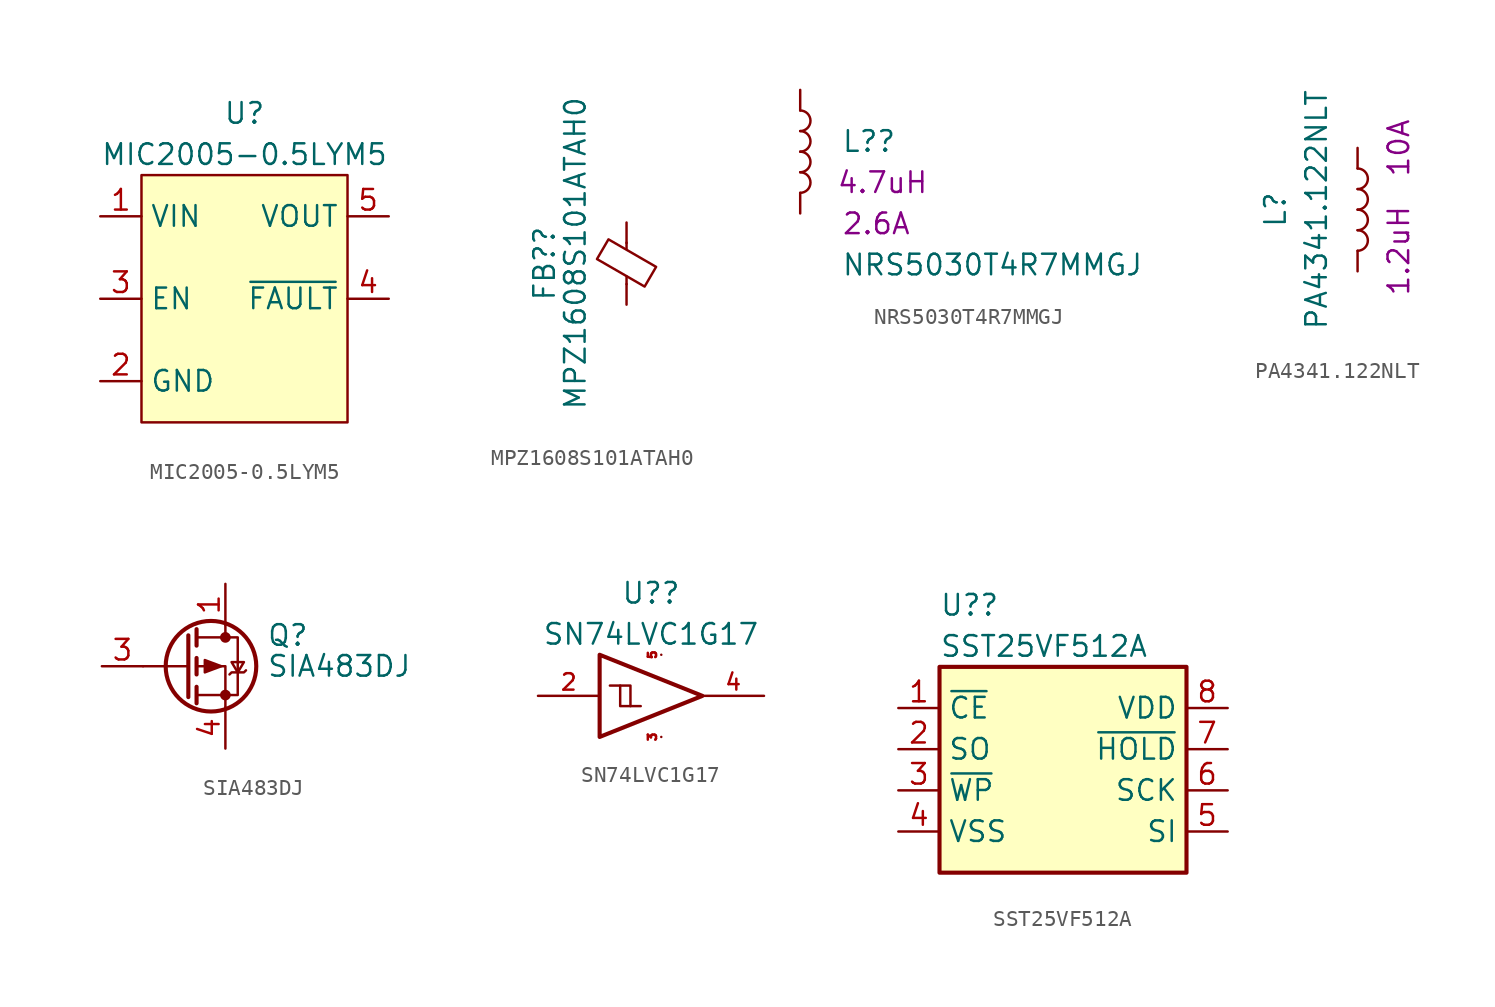
<source format=kicad_sym>
(kicad_symbol_lib
  (version 20201005)
  (generator kicad_symbol_editor)
  (symbol "PintryParts-Symbols:MIC2005-0.5LYM5"
    (property "Reference" "U"
      (at 8.89 6.35 0)
      (effects (font (size 1.27 1.27))))
    (property "Value" "MIC2005-0.5LYM5"
      (at 8.89 3.81 0)
      (effects (font (size 1.27 1.27))))
    (symbol "MIC2005-0.5LYM5_0_0"
      (pin power_in line (at 0 0 0) (length 2.54) (name "VIN" (effects (font (size 1.27 1.27)))) (number "1" (effects (font (size 1.27 1.27)))))
      (pin power_in line (at 0 -10.16 0) (length 2.54) (name "GND" (effects (font (size 1.27 1.27)))) (number "2" (effects (font (size 1.27 1.27)))))
      (pin input line (at 0 -5.08 0) (length 2.54) (name "EN" (effects (font (size 1.27 1.27)))) (number "3" (effects (font (size 1.27 1.27)))))
      (pin open_collector line (at 17.78 -5.08 180) (length 2.54) (name "~FAULT" (effects (font (size 1.27 1.27)))) (number "4" (effects (font (size 1.27 1.27)))))
      (pin power_out line (at 17.78 0 180) (length 2.54) (name "VOUT" (effects (font (size 1.27 1.27)))) (number "5" (effects (font (size 1.27 1.27))))))
    (symbol "MIC2005-0.5LYM5_0_1"
      (rectangle (start 2.54 2.54) (end 15.24 -12.7) (stroke (width 0.152)) (fill (type background)))))
  (symbol "PintryParts-Symbols:MPZ1608S101ATAH0"
    (pin_numbers hide)
    (pin_names
      (offset 0))
    (property "Reference" "FB?"
      (at -5.08 0 90)
      (effects (font (size 1.27 1.27))))
    (property "Value" "MPZ1608S101ATAH0"
      (at -3.175 0.635 90)
      (effects (font (size 1.27 1.27))))
    (symbol "MPZ1608S101ATAH0_0_1"
      (polyline (pts (xy 0 -1.27) (xy 0 -0.787)) (stroke (width 0)) (fill (type none)))
      (polyline (pts (xy 0 0.889) (xy 0 1.295)) (stroke (width 0)) (fill (type none)))
      (polyline (pts (xy -1.829 0.279) (xy -1.118 1.499) (xy 1.829 -0.203) (xy 1.118 -1.422) (xy -1.829 0.279)) (stroke (width 0)) (fill (type none))))
    (symbol "MPZ1608S101ATAH0_1_1"
      (pin passive line (at 0 2.54 270) (length 1.27) (name "~" (effects (font (size 1.27 1.27)))) (number "1" (effects (font (size 1.27 1.27)))))
      (pin passive line (at 0 -2.54 90) (length 1.27) (name "~" (effects (font (size 1.27 1.27)))) (number "2" (effects (font (size 1.27 1.27)))))))
  (symbol "PintryParts-Symbols:NRS5030T4R7MMGJ"
    (pin_numbers hide)
    (pin_names
      (offset 1.016) hide)
    (property "Reference" "L?"
      (at 2.54 0.635 0)
      (effects (font (size 1.27 1.27)) (justify left)))
    (property "Value" "NRS5030T4R7MMGJ"
      (at 2.54 -6.985 0)
      (effects (font (size 1.27 1.27)) (justify left)))
    (property "Current Rating" "2.6A"
      (at 2.54 -4.445 0)
      (effects (font (size 1.27 1.27)) (justify left)))
    (property "Inductance" "4.7uH"
      (at 5.08 -1.905 0)
      (effects (font (size 1.27 1.27))))
    (symbol "NRS5030T4R7MMGJ_0_1"
      (arc (start 0 -2.54) (end 0 -1.27) (radius (at 0 -1.905) (length 0.635) (angles -89.9 89.9)) (stroke (width 0)) (fill (type none)))
      (arc (start 0 -1.27) (end 0 0) (radius (at 0 -0.635) (length 0.635) (angles -89.9 89.9)) (stroke (width 0)) (fill (type none)))
      (arc (start 0 0) (end 0 1.27) (radius (at 0 0.635) (length 0.635) (angles -89.9 89.9)) (stroke (width 0)) (fill (type none)))
      (arc (start 0 1.27) (end 0 2.54) (radius (at 0 1.905) (length 0.635) (angles -89.9 89.9)) (stroke (width 0)) (fill (type none))))
    (symbol "NRS5030T4R7MMGJ_1_1"
      (pin passive line (at 0 3.81 270) (length 1.27) (name "1" (effects (font (size 1.27 1.27)))) (number "1" (effects (font (size 1.27 1.27)))))
      (pin passive line (at 0 -3.81 90) (length 1.27) (name "2" (effects (font (size 1.27 1.27)))) (number "2" (effects (font (size 1.27 1.27)))))))
  (symbol "PintryParts-Symbols:PA4341.122NLT"
    (pin_numbers hide)
    (pin_names
      (offset 1.016) hide)
    (property "Reference" "L"
      (at -5.08 0 90)
      (effects (font (size 1.27 1.27))))
    (property "Value" "PA4341.122NLT"
      (at -2.54 0 90)
      (effects (font (size 1.27 1.27))))
    (property "Inductance" "1.2uH"
      (at 2.54 -2.54 90)
      (effects (font (size 1.27 1.27))))
    (property "Current Rating" "10A"
      (at 2.54 3.81 90)
      (effects (font (size 1.27 1.27))))
    (symbol "PA4341.122NLT_0_1"
      (arc (start 0 -2.54) (end 0 -1.27) (radius (at 0 -1.905) (length 0.635) (angles -89.9 89.9)) (stroke (width 0)) (fill (type none)))
      (arc (start 0 -1.27) (end 0 0) (radius (at 0 -0.635) (length 0.635) (angles -89.9 89.9)) (stroke (width 0)) (fill (type none)))
      (arc (start 0 0) (end 0 1.27) (radius (at 0 0.635) (length 0.635) (angles -89.9 89.9)) (stroke (width 0)) (fill (type none)))
      (arc (start 0 1.27) (end 0 2.54) (radius (at 0 1.905) (length 0.635) (angles -89.9 89.9)) (stroke (width 0)) (fill (type none))))
    (symbol "PA4341.122NLT_1_1"
      (pin passive line (at 0 3.81 270) (length 1.27) (name "1" (effects (font (size 1.27 1.27)))) (number "1" (effects (font (size 1.27 1.27)))))
      (pin passive line (at 0 -3.81 90) (length 1.27) (name "2" (effects (font (size 1.27 1.27)))) (number "2" (effects (font (size 1.27 1.27)))))))
  (symbol "PintryParts-Symbols:SIA483DJ"
    (pin_names hide)
    (property "Reference" "Q"
      (at 5.08 1.905 0)
      (effects (font (size 1.27 1.27)) (justify left)))
    (property "Value" "SIA483DJ"
      (at 5.08 0 0)
      (effects (font (size 1.27 1.27)) (justify left)))
    (symbol "SIA483DJ_0_1"
      (circle (center 1.651 0) (radius 2.794) (stroke (width 0.254)) (fill (type none)))
      (circle (center 2.54 -1.778) (radius 0.254) (stroke (width 0)) (fill (type outline)))
      (circle (center 2.54 1.778) (radius 0.254) (stroke (width 0)) (fill (type outline)))
      (polyline (pts (xy 0.254 0) (xy -2.54 0)) (stroke (width 0)) (fill (type none)))
      (polyline (pts (xy 0.254 1.905) (xy 0.254 -1.905)) (stroke (width 0.254)) (fill (type none)))
      (polyline (pts (xy 0.762 -1.27) (xy 0.762 -2.286)) (stroke (width 0.254)) (fill (type none)))
      (polyline (pts (xy 0.762 0.508) (xy 0.762 -0.508)) (stroke (width 0.254)) (fill (type none)))
      (polyline (pts (xy 0.762 2.286) (xy 0.762 1.27)) (stroke (width 0.254)) (fill (type none)))
      (polyline (pts (xy 2.54 2.54) (xy 2.54 1.778)) (stroke (width 0)) (fill (type none)))
      (polyline (pts (xy 2.54 -2.54) (xy 2.54 0) (xy 0.762 0)) (stroke (width 0)) (fill (type none)))
      (polyline (pts (xy 0.762 1.778) (xy 3.302 1.778) (xy 3.302 -1.778) (xy 0.762 -1.778)) (stroke (width 0)) (fill (type none)))
      (polyline (pts (xy 2.794 -0.508) (xy 2.921 -0.381) (xy 3.683 -0.381) (xy 3.81 -0.254)) (stroke (width 0)) (fill (type none)))
      (polyline (pts (xy 3.302 -0.381) (xy 2.921 0.254) (xy 3.683 0.254) (xy 3.302 -0.381)) (stroke (width 0)) (fill (type none)))
      (polyline (pts (xy 2.286 0) (xy 1.27 0.381) (xy 1.27 -0.381) (xy 2.286 0)) (stroke (width 0)) (fill (type outline))))
    (symbol "SIA483DJ_1_1"
      (pin passive line (at 2.54 5.08 270) (length 2.54) (name "D" (effects (font (size 1.27 1.27)))) (number "1" (effects (font (size 1.27 1.27)))))
      (pin passive line (at -5.08 0 0) (length 2.54) (name "G" (effects (font (size 1.27 1.27)))) (number "3" (effects (font (size 1.27 1.27)))))
      (pin passive line (at 2.54 -5.08 90) (length 2.54) (name "S" (effects (font (size 1.27 1.27)))) (number "4" (effects (font (size 1.27 1.27)))))))
  (symbol "PintryParts-Symbols:SN74LVC1G17"
    (pin_names
      (offset 1.016) hide)
    (property "Reference" "U?"
      (at -0.635 6.35 0)
      (effects (font (size 1.27 1.27))))
    (property "Value" "SN74LVC1G17"
      (at -0.635 3.81 0)
      (effects (font (size 1.27 1.27))))
    (symbol "SN74LVC1G17_0_1"
      (polyline (pts (xy -2.54 0.635) (xy -1.905 0.635) (xy -1.905 -0.635)) (stroke (width 0)) (fill (type none)))
      (polyline (pts (xy -3.81 2.54) (xy -3.81 -2.54) (xy 2.54 0) (xy -3.81 2.54)) (stroke (width 0.254)) (fill (type none)))
      (polyline (pts (xy -3.175 0.635) (xy -2.54 0.635) (xy -2.54 -0.635) (xy -1.27 -0.635)) (stroke (width 0)) (fill (type none))))
    (symbol "SN74LVC1G17_1_1"
      (pin input line (at -7.62 0 0) (length 3.81) (name "~" (effects (font (size 1.016 1.016)))) (number "2" (effects (font (size 1.016 1.016)))))
      (pin power_in line (at 0 -2.54 270) (length 0) (name "GND" (effects (font (size 1.016 1.016)))) (number "3" (effects (font (size 0.508 0.508)))))
      (pin output line (at 6.35 0 180) (length 3.81) (name "~" (effects (font (size 1.016 1.016)))) (number "4" (effects (font (size 1.016 1.016)))))
      (pin power_in line (at 0 2.54 90) (length 0) (name "VCC" (effects (font (size 1.016 1.016)))) (number "5" (effects (font (size 0.508 0.508)))))))
  (symbol "PintryParts-Symbols:SST25VF512A"
    (property "Reference" "U?"
      (at -7.62 11.43 0)
      (effects (font (size 1.27 1.27)) (justify left)))
    (property "Value" "SST25VF512A"
      (at -7.62 8.89 0)
      (effects (font (size 1.27 1.27)) (justify left)))
    (symbol "SST25VF512A_1_1"
      (rectangle (start -7.62 7.62) (end 7.62 -5.08) (stroke (width 0.254)) (fill (type background)))
      (pin input line (at -10.16 5.08 0) (length 2.54) (name "~CE" (effects (font (size 1.27 1.27)))) (number "1" (effects (font (size 1.27 1.27)))))
      (pin output line (at -10.16 2.54 0) (length 2.54) (name "SO" (effects (font (size 1.27 1.27)))) (number "2" (effects (font (size 1.27 1.27)))))
      (pin input line (at -10.16 0 0) (length 2.54) (name "~WP~" (effects (font (size 1.27 1.27)))) (number "3" (effects (font (size 1.27 1.27)))))
      (pin power_in line (at -10.16 -2.54 0) (length 2.54) (name "VSS" (effects (font (size 1.27 1.27)))) (number "4" (effects (font (size 1.27 1.27)))))
      (pin input line (at 10.16 -2.54 180) (length 2.54) (name "SI" (effects (font (size 1.27 1.27)))) (number "5" (effects (font (size 1.27 1.27)))))
      (pin input line (at 10.16 0 180) (length 2.54) (name "SCK" (effects (font (size 1.27 1.27)))) (number "6" (effects (font (size 1.27 1.27)))))
      (pin input line (at 10.16 2.54 180) (length 2.54) (name "~HOLD~" (effects (font (size 1.27 1.27)))) (number "7" (effects (font (size 1.27 1.27)))))
      (pin power_in line (at 10.16 5.08 180) (length 2.54) (name "VDD" (effects (font (size 1.27 1.27)))) (number "8" (effects (font (size 1.27 1.27))))))))
</source>
